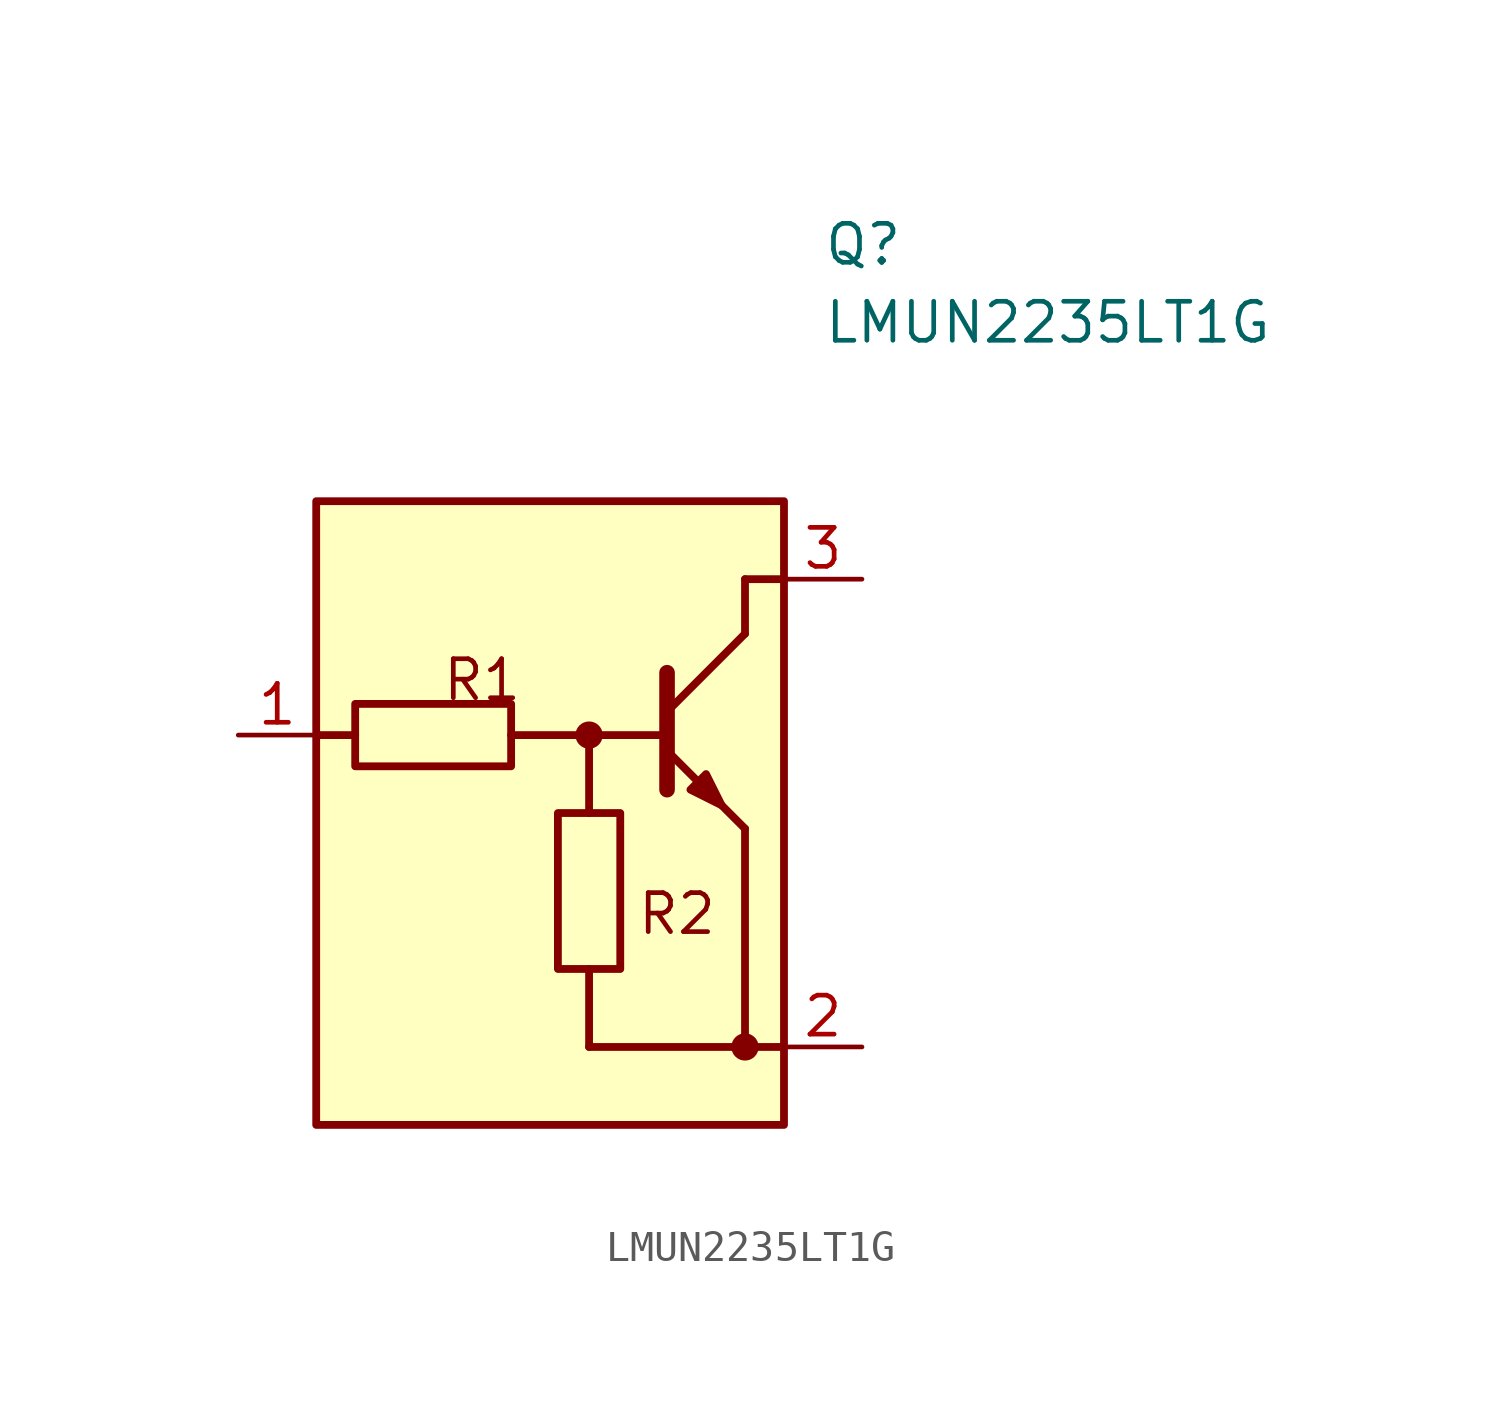
<source format=kicad_sym>
(kicad_symbol_lib
  (version 20211014)
  (generator SamacSys_ECAD_Model)
  (symbol "LMUN2235LT1G"
    (pin_names hide)
    (property "Reference" "Q"
      (at 19.05 15.24 0)
      (effects (font (size 1.27 1.27)) (justify left bottom)))
    (property "Value" "LMUN2235LT1G"
      (at 19.05 12.7 0)
      (effects (font (size 1.27 1.27)) (justify left bottom)))
    (rectangle
      (start 17.78 7.62)
      (end 2.54 -12.7)
      (stroke (width 0.254) (type default))
      (fill (type background)))
    (rectangle
      (start 3.81 -1.016)
      (end 8.89 1.016)
      (stroke (width 0.254) (type default))
      (fill (type background)))
    (rectangle
      (start 12.446 -7.62)
      (end 10.414 -2.54)
      (stroke (width 0.254) (type default))
      (fill (type background)))
    (polyline
      (pts (xy 13.97 2.032) (xy 13.97 -1.778))
      (stroke (width 0.508) (type default))
      (fill (type none)))
    (polyline
      (pts (xy 13.97 0.762) (xy 16.51 3.302))
      (stroke (width 0.254) (type default))
      (fill (type none)))
    (polyline
      (pts (xy 13.97 -0.508) (xy 16.51 -3.048))
      (stroke (width 0.254) (type default))
      (fill (type none)))
    (polyline
      (pts (xy 11.43 -2.54) (xy 11.43 0))
      (stroke (width 0.254) (type default))
      (fill (type none)))
    (polyline
      (pts (xy 8.89 0) (xy 11.43 0))
      (stroke (width 0.254) (type default))
      (fill (type none)))
    (polyline
      (pts (xy 11.43 0) (xy 13.97 0))
      (stroke (width 0.254) (type default))
      (fill (type none)))
    (polyline
      (pts (xy 16.51 3.302) (xy 16.51 5.08))
      (stroke (width 0.254) (type default))
      (fill (type none)))
    (polyline
      (pts (xy 17.78 5.08) (xy 16.51 5.08))
      (stroke (width 0.254) (type default))
      (fill (type none)))
    (polyline
      (pts (xy 16.51 -3.048) (xy 16.51 -10.16))
      (stroke (width 0.254) (type default))
      (fill (type none)))
    (polyline
      (pts (xy 11.43 -7.62) (xy 11.43 -10.16))
      (stroke (width 0.254) (type default))
      (fill (type none)))
    (polyline
      (pts (xy 17.78 -10.16) (xy 11.43 -10.16))
      (stroke (width 0.254) (type default))
      (fill (type none)))
    (polyline
      (pts (xy 2.54 0) (xy 3.81 0))
      (stroke (width 0.254) (type default))
      (fill (type none)))
    (circle
      (center 11.43 0)
      (radius 0.254)
      (stroke (width 0.381) (type default))
      (fill (type none)))
    (circle
      (center 16.51 -10.16)
      (radius 0.254)
      (stroke (width 0.381) (type default))
      (fill (type none)))
    (polyline
      (pts (xy 14.732 -1.778) (xy 15.24 -1.27) (xy 15.748 -2.286) (xy 14.732 -1.778))
      (stroke (width 0.254) (type default))
      (fill (type outline)))
    (text "R1"
      (at 6.604 2.54 0)
      (effects (font (size 1.27 1.27)) (justify left top)))
    (text "R2"
      (at 12.954 -5.08 0)
      (effects (font (size 1.27 1.27)) (justify left top)))
    (pin passive line
      (at 0 0 0)
      (length 2.54)
      (name "B" (effects (font (size 1.27 1.27))))
      (number "1" (effects (font (size 1.27 1.27)))))
    (pin passive line
      (at 20.32 -10.16 180)
      (length 2.54)
      (name "E" (effects (font (size 1.27 1.27))))
      (number "2" (effects (font (size 1.27 1.27)))))
    (pin passive line
      (at 20.32 5.08 180)
      (length 2.54)
      (name "C" (effects (font (size 1.27 1.27))))
      (number "3" (effects (font (size 1.27 1.27)))))))
</source>
